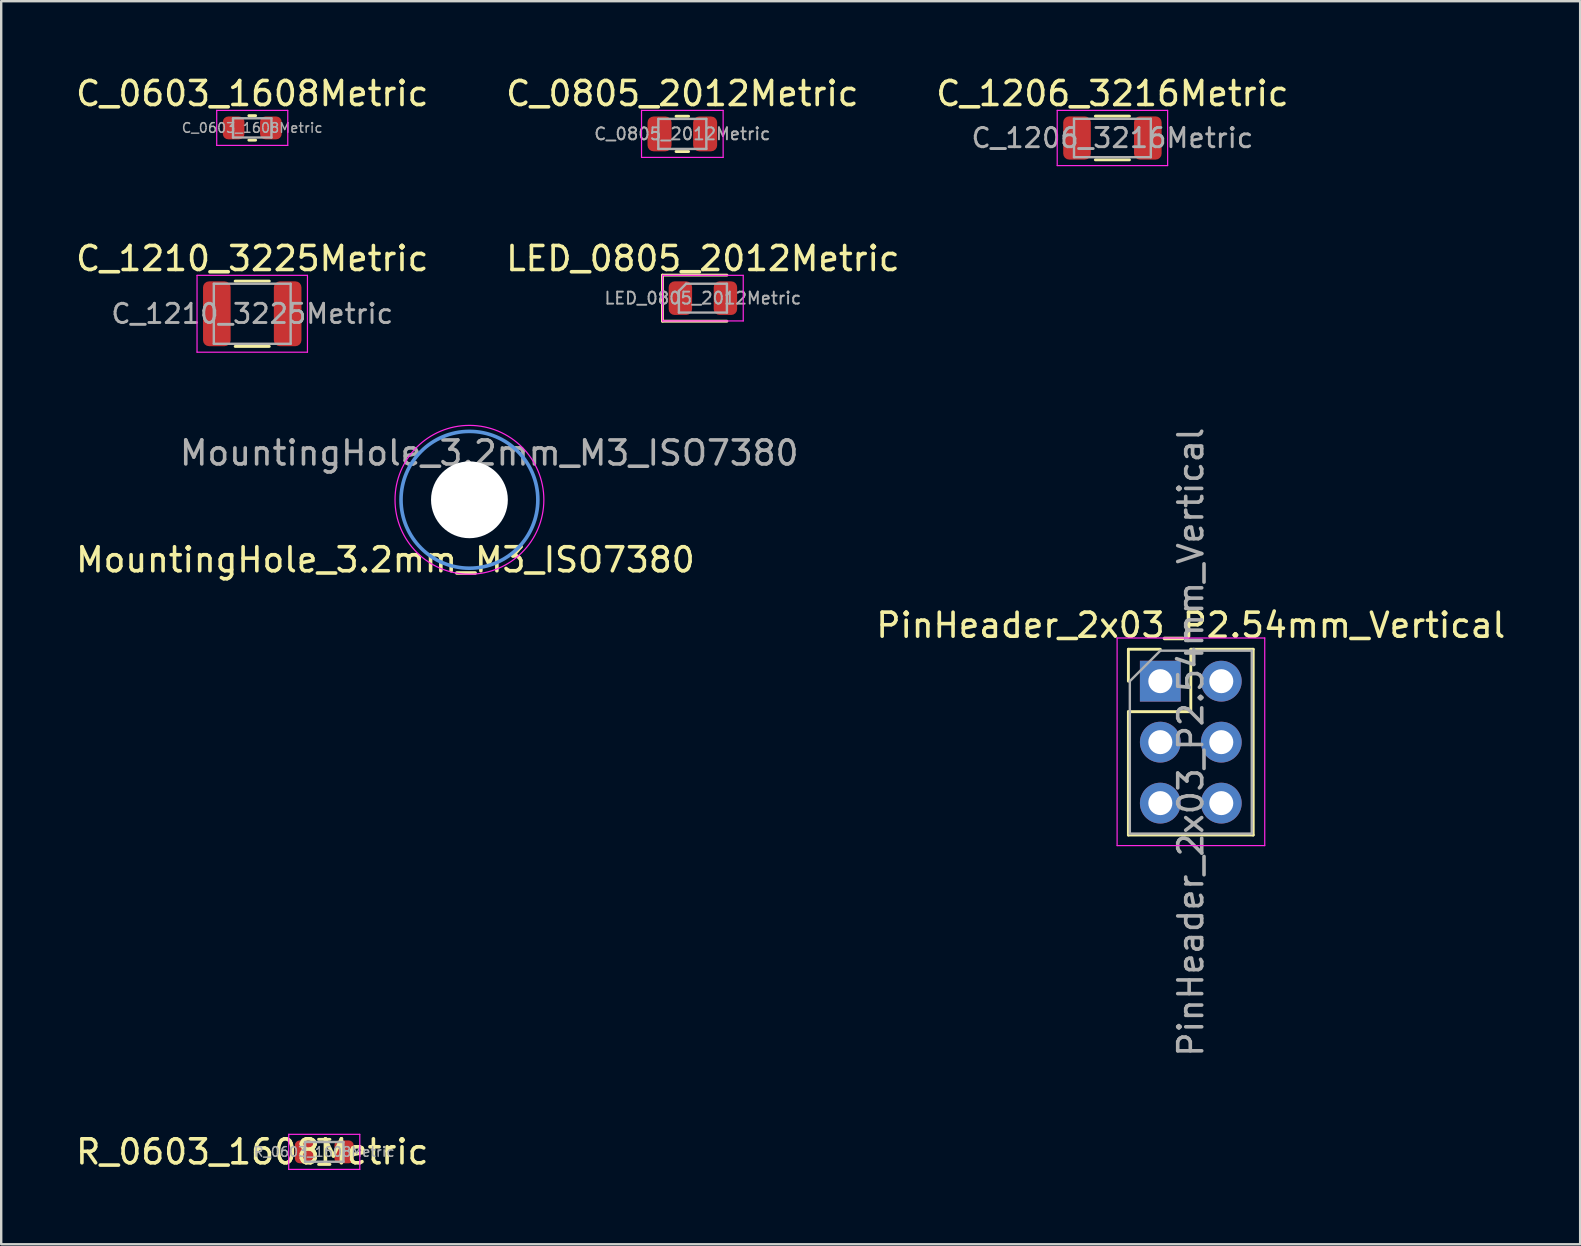
<source format=kicad_pcb>
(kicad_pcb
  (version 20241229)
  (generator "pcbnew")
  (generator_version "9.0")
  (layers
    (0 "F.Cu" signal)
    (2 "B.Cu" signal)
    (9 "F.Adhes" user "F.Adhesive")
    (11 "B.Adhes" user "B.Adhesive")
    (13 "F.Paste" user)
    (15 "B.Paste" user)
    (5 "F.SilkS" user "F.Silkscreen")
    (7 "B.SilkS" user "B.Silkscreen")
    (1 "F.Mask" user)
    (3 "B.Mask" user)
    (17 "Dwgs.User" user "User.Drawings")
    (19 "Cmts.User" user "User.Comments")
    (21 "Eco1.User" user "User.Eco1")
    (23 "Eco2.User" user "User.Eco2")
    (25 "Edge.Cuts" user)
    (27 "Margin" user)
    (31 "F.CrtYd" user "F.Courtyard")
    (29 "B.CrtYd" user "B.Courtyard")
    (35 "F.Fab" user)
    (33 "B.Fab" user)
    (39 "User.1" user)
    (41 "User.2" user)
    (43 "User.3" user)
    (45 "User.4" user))
  (footprint "MountingHole_3.2mm_M3_ISO7380"
    (layer "F.Cu")
    (at 16.506 17.771)
    (property "Reference" "MountingHole_3.2mm_M3_ISO7380" (at -3.5 2.5 0) (layer "F.SilkS") (effects (font (size 1 1) (thickness 0.15))))
    (attr exclude_from_pos_files exclude_from_bom)
    (fp_circle (center 0 0) (end 2.85 0) (stroke (width 0.15) (type solid)) (fill no) (layer "Cmts.User"))
    (fp_circle (center 0 0) (end 3.1 0) (stroke (width 0.05) (type solid)) (fill no) (layer "F.CrtYd"))
    (fp_text user "${REFERENCE}" (at 0.825 -1.95 0) (layer "F.Fab") (effects (font (size 1 1) (thickness 0.15))))
    (pad "" np_thru_hole circle (at 0 0) (size 3.2 3.2) (drill 3.2) (layers "*.Cu" "*.Mask")))
  (footprint "C_1210_3225Metric"
    (layer "F.Cu")
    (at 7.458 10.021)
    (property "Reference" "C_1210_3225Metric" (at 0 -2.3 180) (layer "F.SilkS") (effects (font (size 1 1) (thickness 0.15))))
    (attr smd)
    (fp_line (start -0.711 -1.36) (end 0.711 -1.36) (stroke (width 0.12) (type solid)) (layer "F.SilkS"))
    (fp_line (start -0.711 1.36) (end 0.711 1.36) (stroke (width 0.12) (type solid)) (layer "F.SilkS"))
    (fp_line (start -2.3 -1.6) (end 2.3 -1.6) (stroke (width 0.05) (type solid)) (layer "F.CrtYd"))
    (fp_line (start -2.3 1.6) (end -2.3 -1.6) (stroke (width 0.05) (type solid)) (layer "F.CrtYd"))
    (fp_line (start 2.3 -1.6) (end 2.3 1.6) (stroke (width 0.05) (type solid)) (layer "F.CrtYd"))
    (fp_line (start 2.3 1.6) (end -2.3 1.6) (stroke (width 0.05) (type solid)) (layer "F.CrtYd"))
    (fp_line (start -1.6 -1.25) (end 1.6 -1.25) (stroke (width 0.1) (type solid)) (layer "F.Fab"))
    (fp_line (start -1.6 1.25) (end -1.6 -1.25) (stroke (width 0.1) (type solid)) (layer "F.Fab"))
    (fp_line (start 1.6 -1.25) (end 1.6 1.25) (stroke (width 0.1) (type solid)) (layer "F.Fab"))
    (fp_line (start 1.6 1.25) (end -1.6 1.25) (stroke (width 0.1) (type solid)) (layer "F.Fab"))
    (fp_text user "${REFERENCE}" (at 0 0 180) (layer "F.Fab") (effects (font (size 0.8 0.8) (thickness 0.12))))
    (pad "1" smd roundrect (at -1.475 0) (size 1.15 2.7) (layers "F.Cu" "F.Mask" "F.Paste") (roundrect_rratio 0.217))
    (pad "2" smd roundrect (at 1.475 0) (size 1.15 2.7) (layers "F.Cu" "F.Mask" "F.Paste") (roundrect_rratio 0.217)))
  (footprint "C_1206_3216Metric"
    (layer "F.Cu")
    (at 43.292 2.698)
    (property "Reference" "C_1206_3216Metric" (at 0 -1.85 0) (layer "F.SilkS") (effects (font (size 1 1) (thickness 0.15))))
    (attr smd)
    (fp_line (start -0.711 -0.91) (end 0.711 -0.91) (stroke (width 0.12) (type solid)) (layer "F.SilkS"))
    (fp_line (start -0.711 0.91) (end 0.711 0.91) (stroke (width 0.12) (type solid)) (layer "F.SilkS"))
    (fp_line (start -2.3 -1.15) (end 2.3 -1.15) (stroke (width 0.05) (type solid)) (layer "F.CrtYd"))
    (fp_line (start -2.3 1.15) (end -2.3 -1.15) (stroke (width 0.05) (type solid)) (layer "F.CrtYd"))
    (fp_line (start 2.3 -1.15) (end 2.3 1.15) (stroke (width 0.05) (type solid)) (layer "F.CrtYd"))
    (fp_line (start 2.3 1.15) (end -2.3 1.15) (stroke (width 0.05) (type solid)) (layer "F.CrtYd"))
    (fp_line (start -1.6 -0.8) (end 1.6 -0.8) (stroke (width 0.1) (type solid)) (layer "F.Fab"))
    (fp_line (start -1.6 0.8) (end -1.6 -0.8) (stroke (width 0.1) (type solid)) (layer "F.Fab"))
    (fp_line (start 1.6 -0.8) (end 1.6 0.8) (stroke (width 0.1) (type solid)) (layer "F.Fab"))
    (fp_line (start 1.6 0.8) (end -1.6 0.8) (stroke (width 0.1) (type solid)) (layer "F.Fab"))
    (fp_text user "${REFERENCE}" (at 0 0 0) (layer "F.Fab") (effects (font (size 0.8 0.8) (thickness 0.12))))
    (pad "1" smd roundrect (at -1.475 0) (size 1.15 1.8) (layers "F.Cu" "F.Mask" "F.Paste") (roundrect_rratio 0.217))
    (pad "2" smd roundrect (at 1.475 0) (size 1.15 1.8) (layers "F.Cu" "F.Mask" "F.Paste") (roundrect_rratio 0.217)))
  (footprint "LED_0805_2012Metric"
    (layer "F.Cu")
    (at 26.232 9.371)
    (property "Reference" "LED_0805_2012Metric" (at 0 -1.65 0) (layer "F.SilkS") (effects (font (size 1 1) (thickness 0.15))))
    (attr smd)
    (fp_line (start -1.685 -0.96) (end -1.685 0.96) (stroke (width 0.12) (type solid)) (layer "F.SilkS"))
    (fp_line (start -1.685 0.96) (end 1 0.96) (stroke (width 0.12) (type solid)) (layer "F.SilkS"))
    (fp_line (start 1 -0.96) (end -1.685 -0.96) (stroke (width 0.12) (type solid)) (layer "F.SilkS"))
    (fp_line (start -1.68 -0.95) (end 1.68 -0.95) (stroke (width 0.05) (type solid)) (layer "F.CrtYd"))
    (fp_line (start -1.68 0.95) (end -1.68 -0.95) (stroke (width 0.05) (type solid)) (layer "F.CrtYd"))
    (fp_line (start 1.68 -0.95) (end 1.68 0.95) (stroke (width 0.05) (type solid)) (layer "F.CrtYd"))
    (fp_line (start 1.68 0.95) (end -1.68 0.95) (stroke (width 0.05) (type solid)) (layer "F.CrtYd"))
    (fp_line (start -1 -0.3) (end -1 0.6) (stroke (width 0.1) (type solid)) (layer "F.Fab"))
    (fp_line (start -1 0.6) (end 1 0.6) (stroke (width 0.1) (type solid)) (layer "F.Fab"))
    (fp_line (start -0.7 -0.6) (end -1 -0.3) (stroke (width 0.1) (type solid)) (layer "F.Fab"))
    (fp_line (start 1 -0.6) (end -0.7 -0.6) (stroke (width 0.1) (type solid)) (layer "F.Fab"))
    (fp_line (start 1 0.6) (end 1 -0.6) (stroke (width 0.1) (type solid)) (layer "F.Fab"))
    (fp_text user "${REFERENCE}" (at 0 0 0) (layer "F.Fab") (effects (font (size 0.5 0.5) (thickness 0.08))))
    (pad "1" smd roundrect (at -0.938 0) (size 0.975 1.4) (layers "F.Cu" "F.Mask" "F.Paste") (roundrect_rratio 0.25))
    (pad "2" smd roundrect (at 0.938 0) (size 0.975 1.4) (layers "F.Cu" "F.Mask" "F.Paste") (roundrect_rratio 0.25)))
  (footprint "PinHeader_2x03_P2.54mm_Vertical"
    (layer "F.Cu")
    (at 45.287 25.327)
    (property "Reference" "PinHeader_2x03_P2.54mm_Vertical" (at 1.27 -2.33 180) (layer "F.SilkS") (effects (font (size 1 1) (thickness 0.15))))
    (attr through_hole)
    (fp_line (start -1.33 -1.33) (end 0 -1.33) (stroke (width 0.12) (type solid)) (layer "F.SilkS"))
    (fp_line (start -1.33 0) (end -1.33 -1.33) (stroke (width 0.12) (type solid)) (layer "F.SilkS"))
    (fp_line (start -1.33 1.27) (end -1.33 6.41) (stroke (width 0.12) (type solid)) (layer "F.SilkS"))
    (fp_line (start -1.33 1.27) (end 1.27 1.27) (stroke (width 0.12) (type solid)) (layer "F.SilkS"))
    (fp_line (start -1.33 6.41) (end 3.87 6.41) (stroke (width 0.12) (type solid)) (layer "F.SilkS"))
    (fp_line (start 1.27 -1.33) (end 3.87 -1.33) (stroke (width 0.12) (type solid)) (layer "F.SilkS"))
    (fp_line (start 1.27 1.27) (end 1.27 -1.33) (stroke (width 0.12) (type solid)) (layer "F.SilkS"))
    (fp_line (start 3.87 -1.33) (end 3.87 6.41) (stroke (width 0.12) (type solid)) (layer "F.SilkS"))
    (fp_line (start -1.8 -1.8) (end -1.8 6.85) (stroke (width 0.05) (type solid)) (layer "F.CrtYd"))
    (fp_line (start -1.8 6.85) (end 4.35 6.85) (stroke (width 0.05) (type solid)) (layer "F.CrtYd"))
    (fp_line (start 4.35 -1.8) (end -1.8 -1.8) (stroke (width 0.05) (type solid)) (layer "F.CrtYd"))
    (fp_line (start 4.35 6.85) (end 4.35 -1.8) (stroke (width 0.05) (type solid)) (layer "F.CrtYd"))
    (fp_line (start -1.27 0) (end 0 -1.27) (stroke (width 0.1) (type solid)) (layer "F.Fab"))
    (fp_line (start -1.27 6.35) (end -1.27 0) (stroke (width 0.1) (type solid)) (layer "F.Fab"))
    (fp_line (start 0 -1.27) (end 3.81 -1.27) (stroke (width 0.1) (type solid)) (layer "F.Fab"))
    (fp_line (start 3.81 -1.27) (end 3.81 6.35) (stroke (width 0.1) (type solid)) (layer "F.Fab"))
    (fp_line (start 3.81 6.35) (end -1.27 6.35) (stroke (width 0.1) (type solid)) (layer "F.Fab"))
    (fp_text user "${REFERENCE}" (at 1.27 2.54 90) (layer "F.Fab") (effects (font (size 1 1) (thickness 0.15))))
    (pad "1" thru_hole rect (at 0 0) (size 1.7 1.7) (drill 1) (layers "*.Cu" "*.Mask"))
    (pad "2" thru_hole oval (at 2.54 0) (size 1.7 1.7) (drill 1) (layers "*.Cu" "*.Mask"))
    (pad "3" thru_hole oval (at 0 2.54) (size 1.7 1.7) (drill 1) (layers "*.Cu" "*.Mask"))
    (pad "4" thru_hole oval (at 2.54 2.54) (size 1.7 1.7) (drill 1) (layers "*.Cu" "*.Mask"))
    (pad "5" thru_hole oval (at 0 5.08) (size 1.7 1.7) (drill 1) (layers "*.Cu" "*.Mask"))
    (pad "6" thru_hole oval (at 2.54 5.08) (size 1.7 1.7) (drill 1) (layers "*.Cu" "*.Mask")))
  (footprint "C_0805_2012Metric"
    (layer "F.Cu")
    (at 25.375 2.528)
    (property "Reference" "C_0805_2012Metric" (at 0 -1.68 0) (layer "F.SilkS") (effects (font (size 1 1) (thickness 0.15))))
    (attr smd)
    (fp_line (start -0.261 -0.735) (end 0.261 -0.735) (stroke (width 0.12) (type solid)) (layer "F.SilkS"))
    (fp_line (start -0.261 0.735) (end 0.261 0.735) (stroke (width 0.12) (type solid)) (layer "F.SilkS"))
    (fp_line (start -1.7 -0.98) (end 1.7 -0.98) (stroke (width 0.05) (type solid)) (layer "F.CrtYd"))
    (fp_line (start -1.7 0.98) (end -1.7 -0.98) (stroke (width 0.05) (type solid)) (layer "F.CrtYd"))
    (fp_line (start 1.7 -0.98) (end 1.7 0.98) (stroke (width 0.05) (type solid)) (layer "F.CrtYd"))
    (fp_line (start 1.7 0.98) (end -1.7 0.98) (stroke (width 0.05) (type solid)) (layer "F.CrtYd"))
    (fp_line (start -1 -0.625) (end 1 -0.625) (stroke (width 0.1) (type solid)) (layer "F.Fab"))
    (fp_line (start -1 0.625) (end -1 -0.625) (stroke (width 0.1) (type solid)) (layer "F.Fab"))
    (fp_line (start 1 -0.625) (end 1 0.625) (stroke (width 0.1) (type solid)) (layer "F.Fab"))
    (fp_line (start 1 0.625) (end -1 0.625) (stroke (width 0.1) (type solid)) (layer "F.Fab"))
    (fp_text user "${REFERENCE}" (at 0 0 0) (layer "F.Fab") (effects (font (size 0.5 0.5) (thickness 0.08))))
    (pad "1" smd roundrect (at -0.95 0) (size 1 1.45) (layers "F.Cu" "F.Mask" "F.Paste") (roundrect_rratio 0.25))
    (pad "2" smd roundrect (at 0.95 0) (size 1 1.45) (layers "F.Cu" "F.Mask" "F.Paste") (roundrect_rratio 0.25)))
  (footprint "R_0603_1608Metric"
    (layer "F.Cu")
    (at 10.458 44.935)
    (property "Reference" "R_0603_1608Metric" (at -3 0 0) (layer "F.SilkS") (effects (font (size 1 1) (thickness 0.15))))
    (attr smd)
    (fp_line (start -0.237 -0.522) (end 0.237 -0.522) (stroke (width 0.12) (type solid)) (layer "F.SilkS"))
    (fp_line (start -0.237 0.522) (end 0.237 0.522) (stroke (width 0.12) (type solid)) (layer "F.SilkS"))
    (fp_line (start -1.48 -0.73) (end 1.48 -0.73) (stroke (width 0.05) (type solid)) (layer "F.CrtYd"))
    (fp_line (start -1.48 0.73) (end -1.48 -0.73) (stroke (width 0.05) (type solid)) (layer "F.CrtYd"))
    (fp_line (start 1.48 -0.73) (end 1.48 0.73) (stroke (width 0.05) (type solid)) (layer "F.CrtYd"))
    (fp_line (start 1.48 0.73) (end -1.48 0.73) (stroke (width 0.05) (type solid)) (layer "F.CrtYd"))
    (fp_line (start -0.8 -0.412) (end 0.8 -0.412) (stroke (width 0.1) (type solid)) (layer "F.Fab"))
    (fp_line (start -0.8 0.412) (end -0.8 -0.412) (stroke (width 0.1) (type solid)) (layer "F.Fab"))
    (fp_line (start 0.8 -0.412) (end 0.8 0.412) (stroke (width 0.1) (type solid)) (layer "F.Fab"))
    (fp_line (start 0.8 0.412) (end -0.8 0.412) (stroke (width 0.1) (type solid)) (layer "F.Fab"))
    (fp_text user "${REFERENCE}" (at 0 0 0) (layer "F.Fab") (effects (font (size 0.4 0.4) (thickness 0.06))))
    (pad "1" smd roundrect (at -0.825 0) (size 0.8 0.95) (layers "F.Cu" "F.Mask" "F.Paste") (roundrect_rratio 0.25))
    (pad "2" smd roundrect (at 0.825 0) (size 0.8 0.95) (layers "F.Cu" "F.Mask" "F.Paste") (roundrect_rratio 0.25)))
  (footprint "C_0603_1608Metric"
    (layer "F.Cu")
    (at 7.458 2.278)
    (property "Reference" "C_0603_1608Metric" (at 0 -1.43 0) (layer "F.SilkS") (effects (font (size 1 1) (thickness 0.15))))
    (attr smd)
    (fp_line (start -0.141 -0.51) (end 0.141 -0.51) (stroke (width 0.12) (type solid)) (layer "F.SilkS"))
    (fp_line (start -0.141 0.51) (end 0.141 0.51) (stroke (width 0.12) (type solid)) (layer "F.SilkS"))
    (fp_line (start -1.48 -0.73) (end 1.48 -0.73) (stroke (width 0.05) (type solid)) (layer "F.CrtYd"))
    (fp_line (start -1.48 0.73) (end -1.48 -0.73) (stroke (width 0.05) (type solid)) (layer "F.CrtYd"))
    (fp_line (start 1.48 -0.73) (end 1.48 0.73) (stroke (width 0.05) (type solid)) (layer "F.CrtYd"))
    (fp_line (start 1.48 0.73) (end -1.48 0.73) (stroke (width 0.05) (type solid)) (layer "F.CrtYd"))
    (fp_line (start -0.8 -0.4) (end 0.8 -0.4) (stroke (width 0.1) (type solid)) (layer "F.Fab"))
    (fp_line (start -0.8 0.4) (end -0.8 -0.4) (stroke (width 0.1) (type solid)) (layer "F.Fab"))
    (fp_line (start 0.8 -0.4) (end 0.8 0.4) (stroke (width 0.1) (type solid)) (layer "F.Fab"))
    (fp_line (start 0.8 0.4) (end -0.8 0.4) (stroke (width 0.1) (type solid)) (layer "F.Fab"))
    (fp_text user "${REFERENCE}" (at 0 0 0) (layer "F.Fab") (effects (font (size 0.4 0.4) (thickness 0.06))))
    (pad "1" smd roundrect (at -0.775 0) (size 0.9 0.95) (layers "F.Cu" "F.Mask" "F.Paste") (roundrect_rratio 0.25))
    (pad "2" smd roundrect (at 0.775 0) (size 0.9 0.95) (layers "F.Cu" "F.Mask" "F.Paste") (roundrect_rratio 0.25)))
  (gr_rect
    (start -3 -3)
    (end 62.777 48.783)
    (stroke (width 0.1) (type default))
    (fill no)
    (layer "Edge.Cuts")))
</source>
